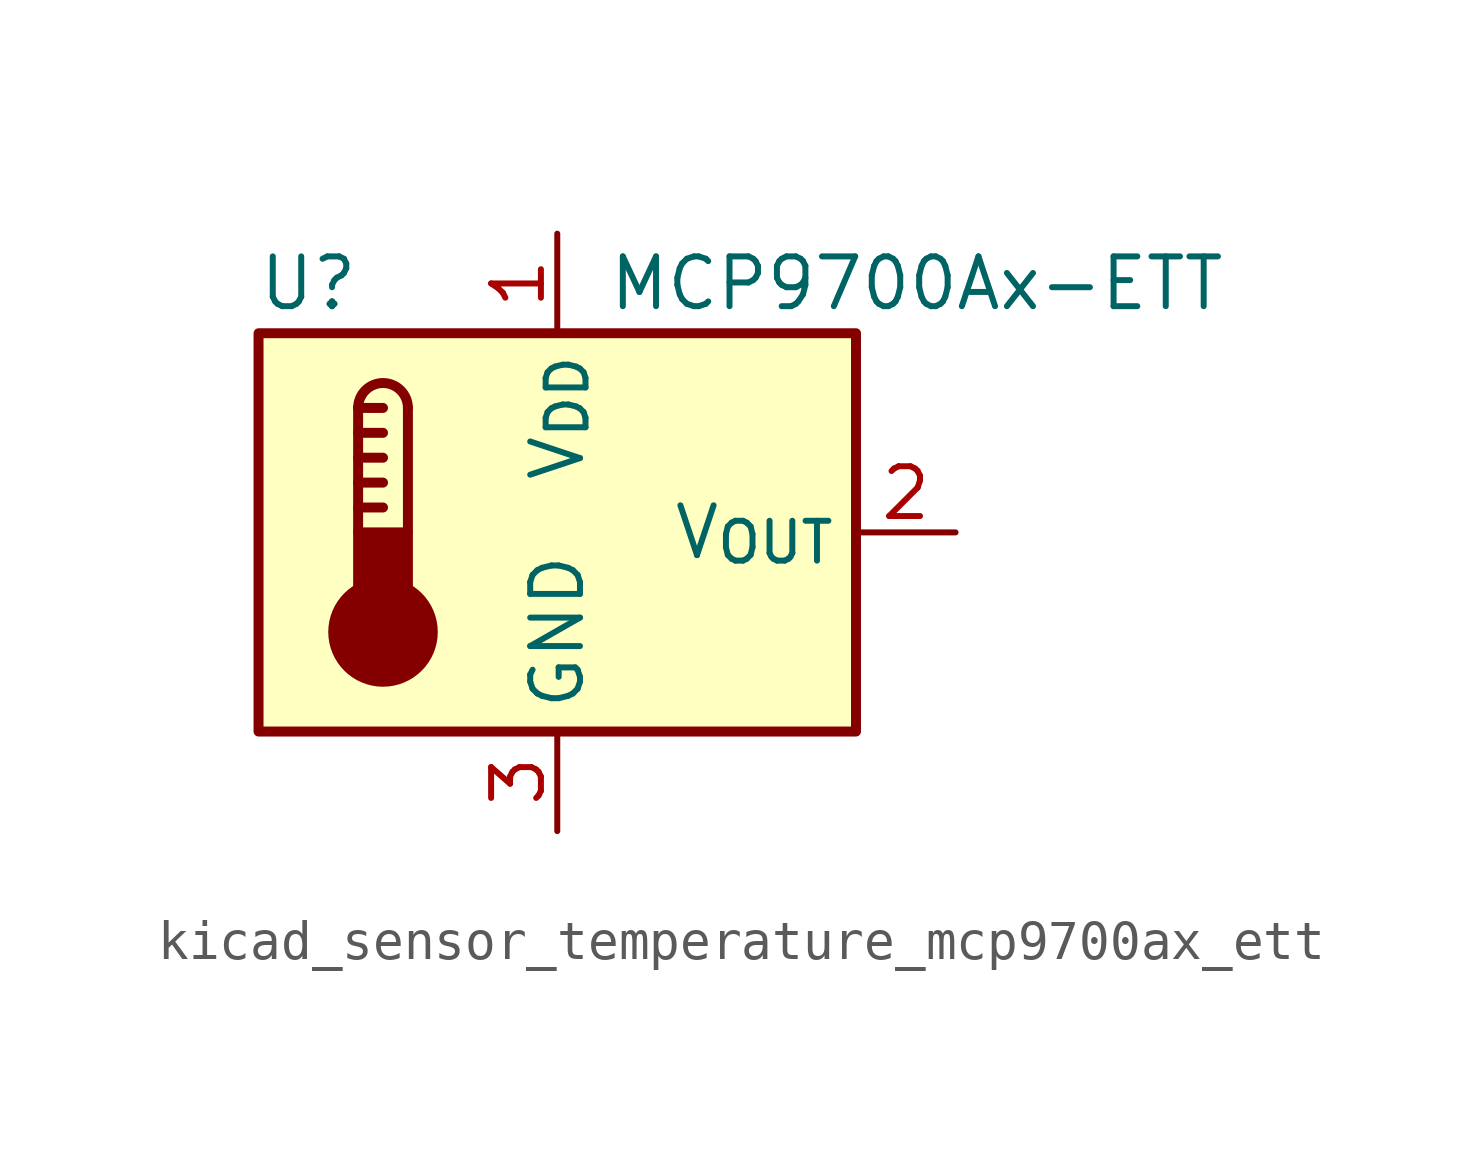
<source format=kicad_sym>
(kicad_symbol_lib
  (version 20220914)
  (generator kicad_symbol_editor)
  (symbol "kicad_sensor_temperature_mcp9700ax_ett"
    (property "Reference" "U"
      (at -6.35 6.35 0)
      (effects (font (size 1.27 1.27))))
    (property "Value" "MCP9700Ax-ETT"
      (at 1.27 6.35 0)
      (effects (font (size 1.27 1.27)) (justify left)))
    (symbol "kicad_sensor_temperature_mcp9700ax_ett_0_1"
      (rectangle (start -7.62 5.08) (end 7.62 -5.08) (stroke (width 0.254) (type default)) (fill (type background)))
      (circle (center -4.445 -2.54) (radius 1.27) (stroke (width 0.254) (type default)) (fill (type outline)))
      (rectangle (start -3.81 -1.905) (end -5.08 0) (stroke (width 0.254) (type default)) (fill (type outline)))
      (arc (start -3.81 3.175) (mid -4.445 3.8073) (end -5.08 3.175) (stroke (width 0.254) (type default)) (fill (type none)))
      (polyline (pts (xy -5.08 0.635) (xy -4.445 0.635)) (stroke (width 0.254) (type default)) (fill (type none)))
      (polyline (pts (xy -5.08 1.27) (xy -4.445 1.27)) (stroke (width 0.254) (type default)) (fill (type none)))
      (polyline (pts (xy -5.08 1.905) (xy -4.445 1.905)) (stroke (width 0.254) (type default)) (fill (type none)))
      (polyline (pts (xy -5.08 2.54) (xy -4.445 2.54)) (stroke (width 0.254) (type default)) (fill (type none)))
      (polyline (pts (xy -5.08 3.175) (xy -5.08 0)) (stroke (width 0.254) (type default)) (fill (type none)))
      (polyline (pts (xy -5.08 3.175) (xy -4.445 3.175)) (stroke (width 0.254) (type default)) (fill (type none)))
      (polyline (pts (xy -3.81 3.175) (xy -3.81 0)) (stroke (width 0.254) (type default)) (fill (type none))))
    (symbol "kicad_sensor_temperature_mcp9700ax_ett_1_1"
      (pin power_in line (at 0 7.62 270) (length 2.54) (name "V_{DD}" (effects (font (size 1.27 1.27)))) (number "1" (effects (font (size 1.27 1.27)))))
      (pin output line (at 10.16 0 180) (length 2.54) (name "V_{OUT}" (effects (font (size 1.27 1.27)))) (number "2" (effects (font (size 1.27 1.27)))))
      (pin power_in line (at 0 -7.62 90) (length 2.54) (name "GND" (effects (font (size 1.27 1.27)))) (number "3" (effects (font (size 1.27 1.27))))))))
</source>
